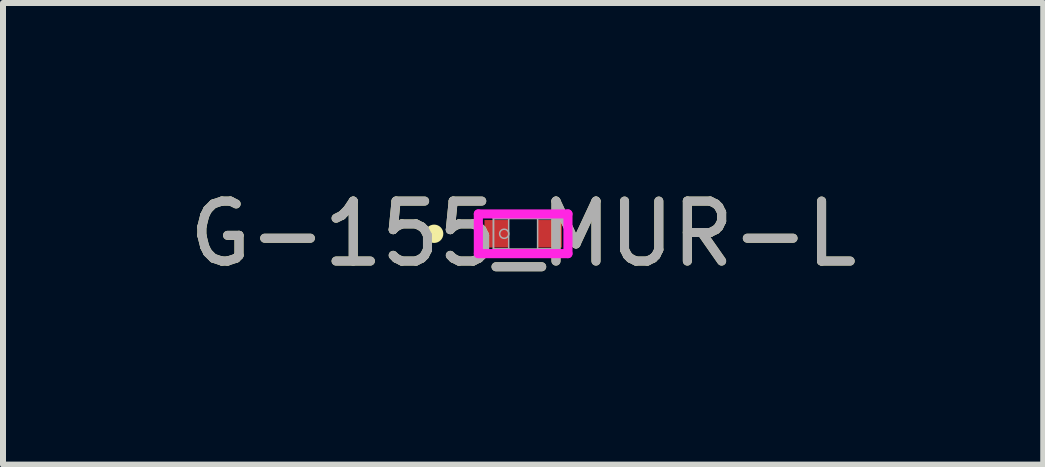
<source format=kicad_pcb>
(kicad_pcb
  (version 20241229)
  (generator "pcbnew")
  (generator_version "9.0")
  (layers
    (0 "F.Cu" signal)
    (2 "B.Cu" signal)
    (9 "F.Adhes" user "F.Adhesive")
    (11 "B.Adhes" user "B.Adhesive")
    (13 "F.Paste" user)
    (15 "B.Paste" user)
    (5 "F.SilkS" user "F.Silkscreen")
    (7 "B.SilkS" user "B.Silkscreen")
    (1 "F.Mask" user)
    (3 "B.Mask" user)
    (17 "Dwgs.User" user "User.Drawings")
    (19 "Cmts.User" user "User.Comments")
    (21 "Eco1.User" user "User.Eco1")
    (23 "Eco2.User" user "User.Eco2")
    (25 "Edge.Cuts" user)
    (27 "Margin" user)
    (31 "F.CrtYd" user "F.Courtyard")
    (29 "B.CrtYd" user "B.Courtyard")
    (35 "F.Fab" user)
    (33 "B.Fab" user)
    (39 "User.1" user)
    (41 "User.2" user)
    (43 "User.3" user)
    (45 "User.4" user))
  (footprint "G-155_MUR-L"
    (layer "F.Cu")
    (at 5.673 0.848)
    (property "Reference" "G-155_MUR-L" (at 0 0 0) (unlocked yes) (layer "F.SilkS") (effects (font (size 1 1) (thickness 0.15))))
    (attr smd)
    (fp_circle (center -1.484 0) (end -1.407 0) (stroke (width 0.152) (type solid)) (fill no) (layer "F.SilkS"))
    (fp_line (start -0.747 -0.331) (end 0.747 -0.331) (stroke (width 0.152) (type solid)) (layer "F.CrtYd"))
    (fp_line (start -0.747 0.331) (end -0.747 -0.331) (stroke (width 0.152) (type solid)) (layer "F.CrtYd"))
    (fp_line (start 0.747 -0.331) (end 0.747 0.331) (stroke (width 0.152) (type solid)) (layer "F.CrtYd"))
    (fp_line (start 0.747 0.331) (end -0.747 0.331) (stroke (width 0.152) (type solid)) (layer "F.CrtYd"))
    (fp_line (start -0.495 -0.254) (end -0.495 0.254) (stroke (width 0.025) (type solid)) (layer "F.Fab"))
    (fp_line (start -0.495 -0.254) (end -0.495 0.254) (stroke (width 0.025) (type solid)) (layer "F.Fab"))
    (fp_line (start -0.495 0.254) (end -0.241 0.254) (stroke (width 0.025) (type solid)) (layer "F.Fab"))
    (fp_line (start -0.495 0.254) (end 0.495 0.254) (stroke (width 0.025) (type solid)) (layer "F.Fab"))
    (fp_line (start -0.241 -0.254) (end -0.495 -0.254) (stroke (width 0.025) (type solid)) (layer "F.Fab"))
    (fp_line (start -0.241 0.254) (end -0.241 -0.254) (stroke (width 0.025) (type solid)) (layer "F.Fab"))
    (fp_line (start 0.241 -0.254) (end 0.241 0.254) (stroke (width 0.025) (type solid)) (layer "F.Fab"))
    (fp_line (start 0.241 0.254) (end 0.495 0.254) (stroke (width 0.025) (type solid)) (layer "F.Fab"))
    (fp_line (start 0.495 -0.254) (end -0.495 -0.254) (stroke (width 0.025) (type solid)) (layer "F.Fab"))
    (fp_line (start 0.495 -0.254) (end 0.241 -0.254) (stroke (width 0.025) (type solid)) (layer "F.Fab"))
    (fp_line (start 0.495 0.254) (end 0.495 -0.254) (stroke (width 0.025) (type solid)) (layer "F.Fab"))
    (fp_line (start 0.495 0.254) (end 0.495 -0.254) (stroke (width 0.025) (type solid)) (layer "F.Fab"))
    (fp_circle (center -0.316 0) (end -0.24 0) (stroke (width 0.025) (type solid)) (fill no) (layer "F.Fab"))
    (fp_text user "${REFERENCE}" (at 0 0 0) (unlocked yes) (layer "F.Fab") (effects (font (size 1 1) (thickness 0.15))))
    (pad "1" smd rect (at -0.443 0) (size 0.404 0.458) (layers "F.Cu" "F.Mask" "F.Paste"))
    (pad "2" smd rect (at 0.443 0) (size 0.404 0.458) (layers "F.Cu" "F.Mask" "F.Paste"))
    (zone (net_name "") (layer "F.Cu") (hatch full 0.508) (connect_pads) (min_thickness 0.254) (filled_areas_thickness no) (keepout (tracks not_allowed) (vias not_allowed) (pads allowed) (copperpour not_allowed) (footprints allowed)) (placement (enabled no)) (fill) (polygon (pts (xy 5.482 0.645) (xy 5.863 0.645) (xy 5.863 1.051) (xy 5.482 1.051)))))
  (gr_rect
    (start -3 -3)
    (end 14.345 4.697)
    (stroke (width 0.1) (type default))
    (fill no)
    (layer "Edge.Cuts")))
</source>
